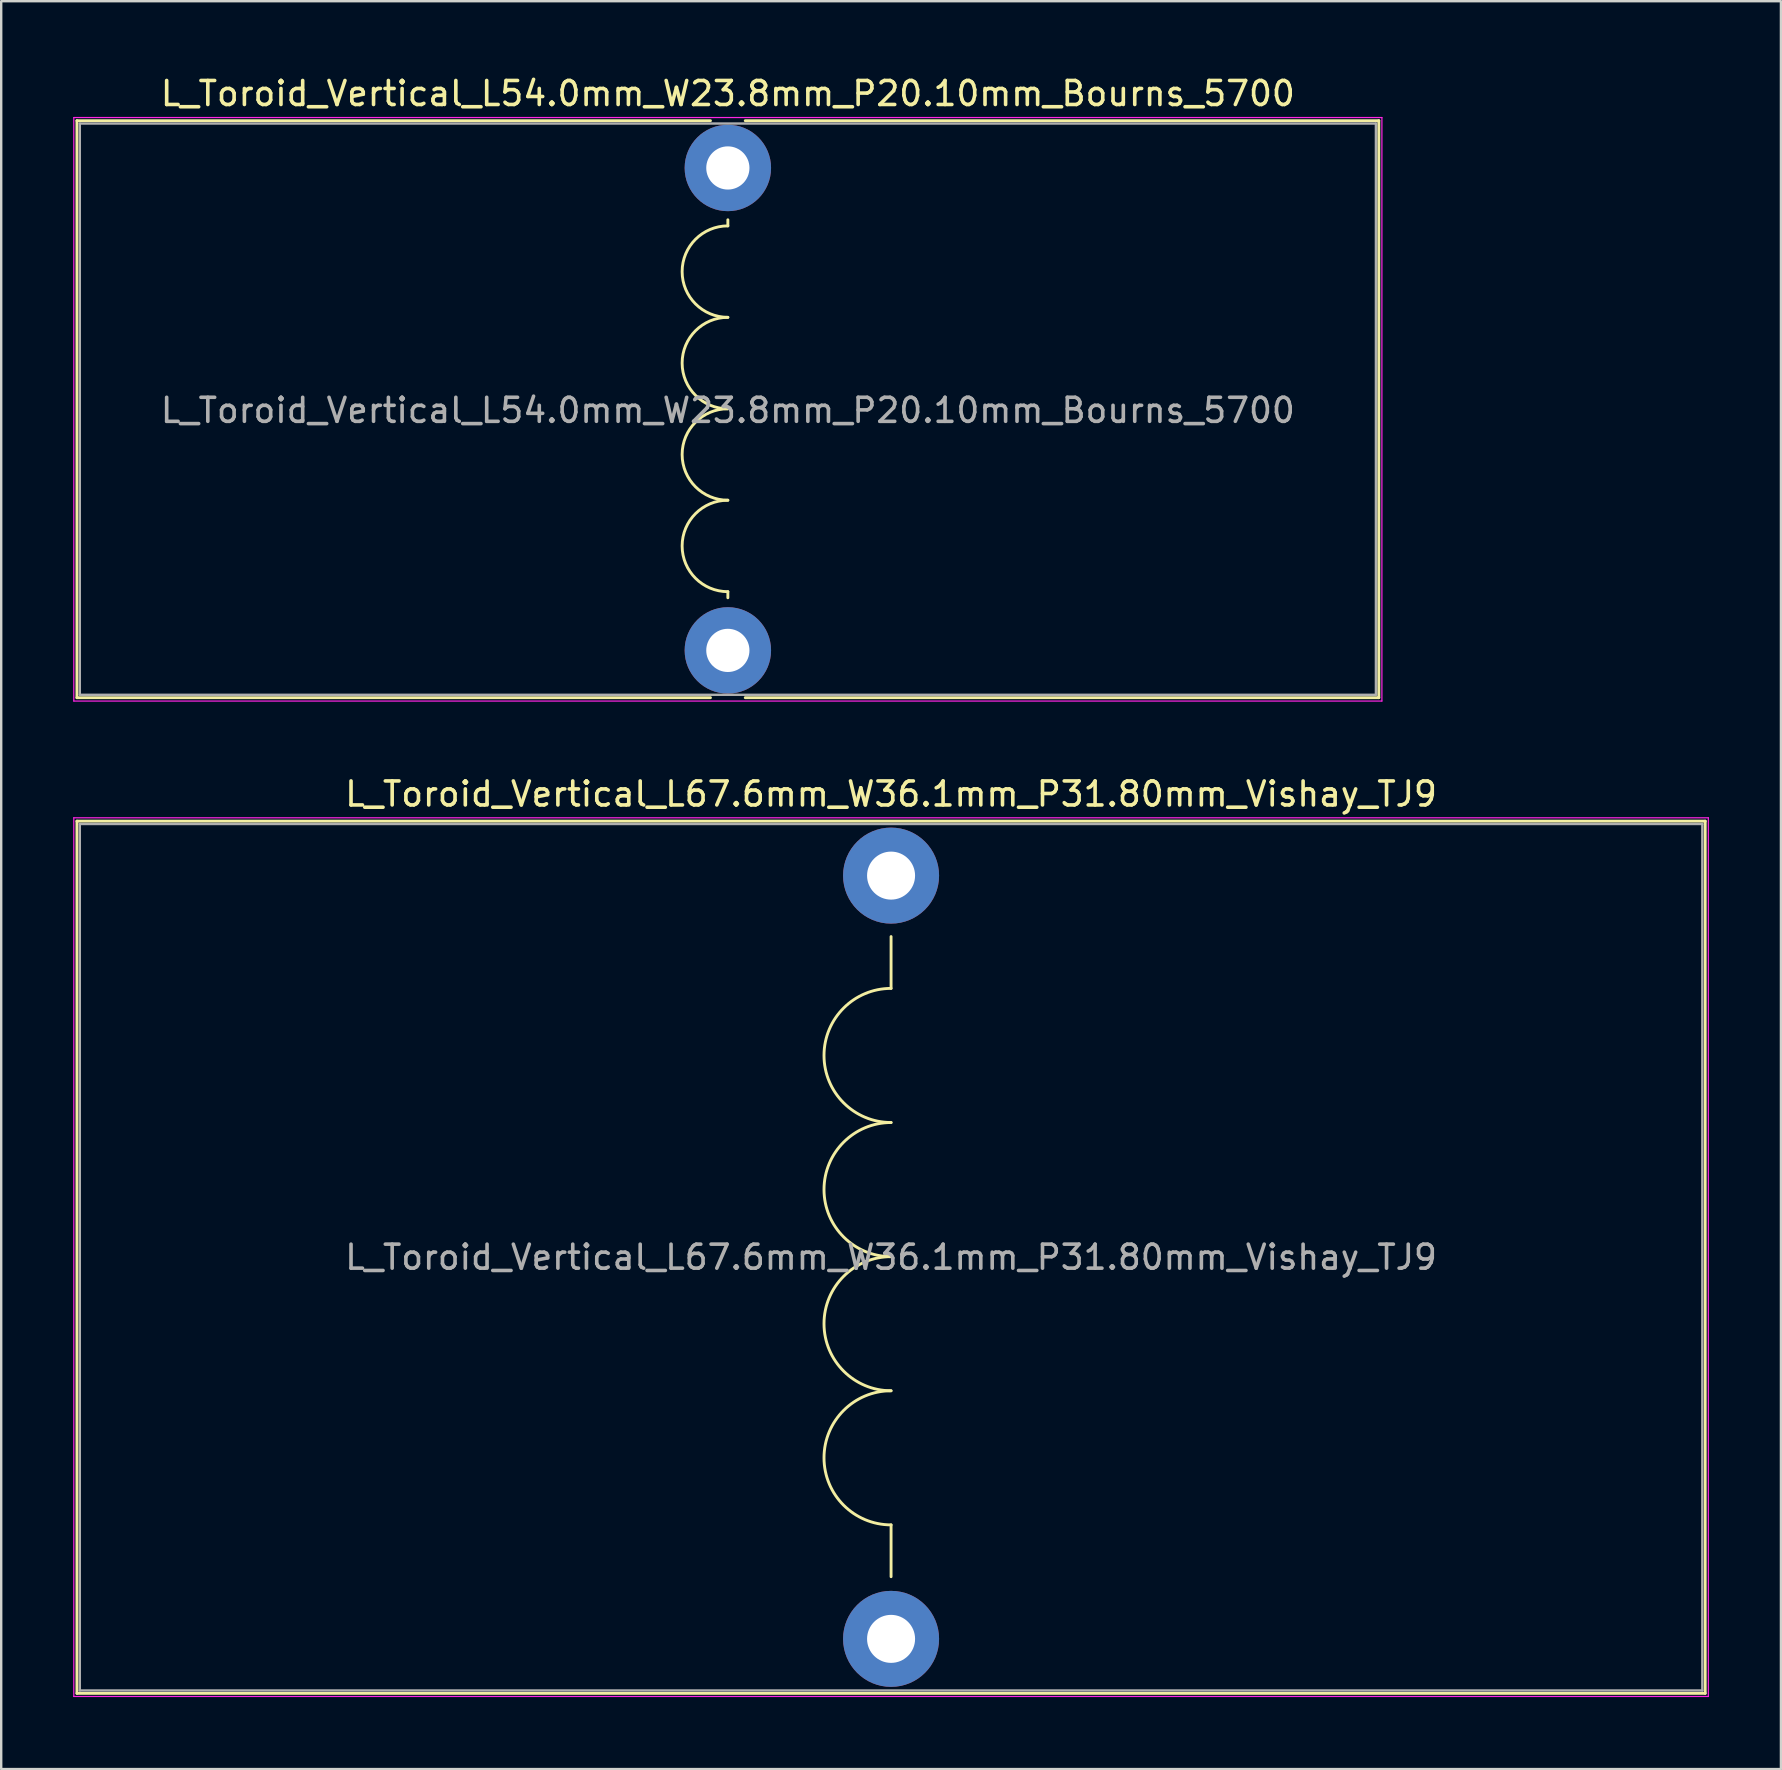
<source format=kicad_pcb>
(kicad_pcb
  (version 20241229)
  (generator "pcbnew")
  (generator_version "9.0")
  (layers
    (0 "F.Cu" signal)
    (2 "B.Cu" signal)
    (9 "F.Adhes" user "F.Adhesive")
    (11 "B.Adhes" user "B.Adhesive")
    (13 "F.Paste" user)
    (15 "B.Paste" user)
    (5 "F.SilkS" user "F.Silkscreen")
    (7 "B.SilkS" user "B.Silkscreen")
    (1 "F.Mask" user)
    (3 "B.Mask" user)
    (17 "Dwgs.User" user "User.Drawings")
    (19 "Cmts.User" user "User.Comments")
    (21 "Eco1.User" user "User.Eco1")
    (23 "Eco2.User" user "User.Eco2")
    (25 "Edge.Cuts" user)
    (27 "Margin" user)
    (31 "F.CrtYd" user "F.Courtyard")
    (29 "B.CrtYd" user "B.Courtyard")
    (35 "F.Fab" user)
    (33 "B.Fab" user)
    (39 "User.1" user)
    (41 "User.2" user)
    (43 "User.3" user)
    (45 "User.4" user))
  (footprint "L_Toroid_Vertical_L54.0mm_W23.8mm_P20.10mm_Bourns_5700"
    (layer "F.Cu")
    (at 27.275 3.948)
    (property "Reference" "L_Toroid_Vertical_L54.0mm_W23.8mm_P20.10mm_Bourns_5700" (at 0 -3.1 0) (layer "F.SilkS") (effects (font (size 1 1) (thickness 0.15))))
    (attr through_hole)
    (fp_line (start -27.12 -1.97) (end -27.12 22.07) (stroke (width 0.12) (type solid)) (layer "F.SilkS"))
    (fp_line (start -27.12 -1.97) (end -0.725 -1.97) (stroke (width 0.12) (type solid)) (layer "F.SilkS"))
    (fp_line (start -27.12 22.07) (end -0.725 22.07) (stroke (width 0.12) (type solid)) (layer "F.SilkS"))
    (fp_line (start 0 2.413) (end 0 2.159) (stroke (width 0.12) (type solid)) (layer "F.SilkS"))
    (fp_line (start 0 17.653) (end 0 17.907) (stroke (width 0.12) (type solid)) (layer "F.SilkS"))
    (fp_line (start 0.725 -1.97) (end 27.12 -1.97) (stroke (width 0.12) (type solid)) (layer "F.SilkS"))
    (fp_line (start 0.725 22.07) (end 27.12 22.07) (stroke (width 0.12) (type solid)) (layer "F.SilkS"))
    (fp_line (start 27.12 -1.97) (end 27.12 22.07) (stroke (width 0.12) (type solid)) (layer "F.SilkS"))
    (fp_arc (start 0 6.223) (mid -1.905 4.318) (end 0 2.413) (stroke (width 0.12) (type solid)) (layer "F.SilkS"))
    (fp_arc (start 0 10.033) (mid -1.905 8.128) (end 0 6.223) (stroke (width 0.12) (type solid)) (layer "F.SilkS"))
    (fp_arc (start 0 13.843) (mid -1.905 11.938) (end 0 10.033) (stroke (width 0.12) (type solid)) (layer "F.SilkS"))
    (fp_arc (start 0 17.653) (mid -1.905 15.748) (end 0 13.843) (stroke (width 0.12) (type solid)) (layer "F.SilkS"))
    (fp_line (start -27.25 -2.1) (end -27.25 22.21) (stroke (width 0.05) (type solid)) (layer "F.CrtYd"))
    (fp_line (start -27.25 22.21) (end 27.25 22.21) (stroke (width 0.05) (type solid)) (layer "F.CrtYd"))
    (fp_line (start 27.25 -2.1) (end -27.25 -2.1) (stroke (width 0.05) (type solid)) (layer "F.CrtYd"))
    (fp_line (start 27.25 22.21) (end 27.25 -2.1) (stroke (width 0.05) (type solid)) (layer "F.CrtYd"))
    (fp_line (start -27 -1.85) (end -27 21.95) (stroke (width 0.1) (type solid)) (layer "F.Fab"))
    (fp_line (start -27 21.95) (end 27 21.95) (stroke (width 0.1) (type solid)) (layer "F.Fab"))
    (fp_line (start 27 -1.85) (end -27 -1.85) (stroke (width 0.1) (type solid)) (layer "F.Fab"))
    (fp_line (start 27 21.95) (end 27 -1.85) (stroke (width 0.1) (type solid)) (layer "F.Fab"))
    (fp_text user "${REFERENCE}" (at 0 10.1 0) (layer "F.Fab") (effects (font (size 1 1) (thickness 0.15))))
    (pad "1" thru_hole circle (at 0 0) (size 3.6 3.6) (drill 1.8) (layers "*.Cu" "*.Mask"))
    (pad "2" thru_hole circle (at 0 20.1) (size 3.6 3.6) (drill 1.8) (layers "*.Cu" "*.Mask")))
  (footprint "L_Toroid_Vertical_L67.6mm_W36.1mm_P31.80mm_Vishay_TJ9"
    (layer "F.Cu")
    (at 34.075 33.431)
    (property "Reference" "L_Toroid_Vertical_L67.6mm_W36.1mm_P31.80mm_Vishay_TJ9" (at 0 -3.4 0) (layer "F.SilkS") (effects (font (size 1 1) (thickness 0.15))))
    (attr through_hole)
    (fp_line (start -33.92 -2.27) (end -33.92 34.07) (stroke (width 0.12) (type solid)) (layer "F.SilkS"))
    (fp_line (start -33.92 -2.27) (end 33.92 -2.27) (stroke (width 0.12) (type solid)) (layer "F.SilkS"))
    (fp_line (start -33.92 34.07) (end 33.92 34.07) (stroke (width 0.12) (type solid)) (layer "F.SilkS"))
    (fp_line (start 0 4.699) (end 0 2.54) (stroke (width 0.12) (type solid)) (layer "F.SilkS"))
    (fp_line (start 0 27.051) (end 0 29.21) (stroke (width 0.12) (type solid)) (layer "F.SilkS"))
    (fp_line (start 33.92 -2.27) (end 33.92 34.07) (stroke (width 0.12) (type solid)) (layer "F.SilkS"))
    (fp_arc (start 0 10.287) (mid -2.794 7.493) (end 0 4.699) (stroke (width 0.12) (type solid)) (layer "F.SilkS"))
    (fp_arc (start 0 15.875) (mid -2.794 13.081) (end 0 10.287) (stroke (width 0.12) (type solid)) (layer "F.SilkS"))
    (fp_arc (start 0 21.463) (mid -2.794 18.669) (end 0 15.875) (stroke (width 0.12) (type solid)) (layer "F.SilkS"))
    (fp_arc (start 0 27.051) (mid -2.794 24.257) (end 0 21.463) (stroke (width 0.12) (type solid)) (layer "F.SilkS"))
    (fp_line (start -34.05 -2.41) (end -34.05 34.2) (stroke (width 0.05) (type solid)) (layer "F.CrtYd"))
    (fp_line (start -34.05 34.2) (end 34.05 34.2) (stroke (width 0.05) (type solid)) (layer "F.CrtYd"))
    (fp_line (start 34.05 -2.41) (end -34.05 -2.41) (stroke (width 0.05) (type solid)) (layer "F.CrtYd"))
    (fp_line (start 34.05 34.2) (end 34.05 -2.41) (stroke (width 0.05) (type solid)) (layer "F.CrtYd"))
    (fp_line (start -33.8 -2.15) (end -33.8 33.95) (stroke (width 0.1) (type solid)) (layer "F.Fab"))
    (fp_line (start -33.8 33.95) (end 33.8 33.95) (stroke (width 0.1) (type solid)) (layer "F.Fab"))
    (fp_line (start 33.8 -2.15) (end -33.8 -2.15) (stroke (width 0.1) (type solid)) (layer "F.Fab"))
    (fp_line (start 33.8 33.95) (end 33.8 -2.15) (stroke (width 0.1) (type solid)) (layer "F.Fab"))
    (fp_text user "${REFERENCE}" (at 0 15.9 0) (layer "F.Fab") (effects (font (size 1 1) (thickness 0.15))))
    (pad "1" thru_hole circle (at 0 0) (size 4 4) (drill 2) (layers "*.Cu" "*.Mask"))
    (pad "2" thru_hole circle (at 0 31.8) (size 4 4) (drill 2) (layers "*.Cu" "*.Mask")))
  (gr_rect
    (start -3 -3)
    (end 71.15 70.656)
    (stroke (width 0.1) (type default))
    (fill no)
    (layer "Edge.Cuts")))
</source>
